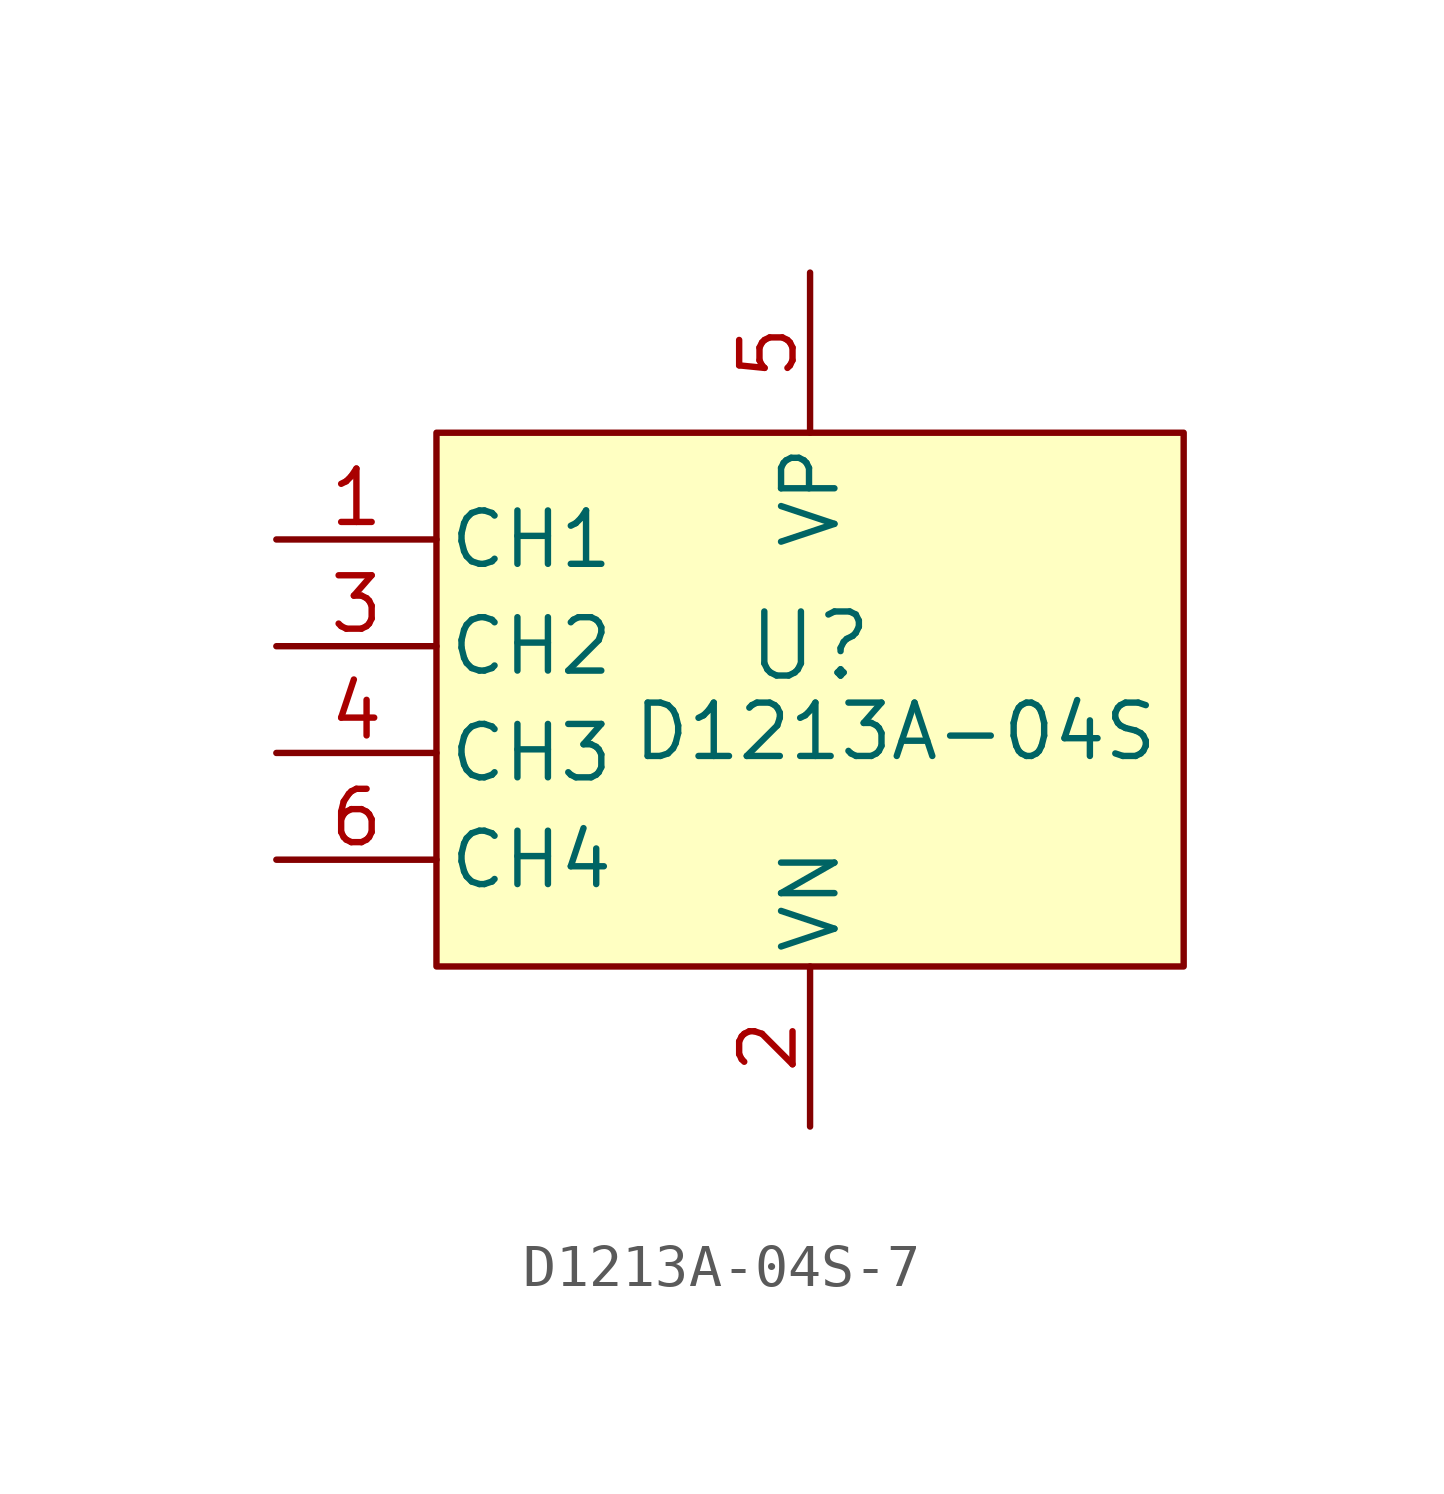
<source format=kicad_sym>
(kicad_symbol_lib
  (version 20231120)
  (generator "kicad_symbol_editor")
  (generator_version "8.0")
  (symbol "D1213A-04S-7"
    (pin_names
      (offset 0.254))
    (property "Reference" "U"
      (at 0 1.27 0)
      (effects (font (size 1.524 1.524))))
    (property "Value" "D1213A-04S"
      (at 2.032 -0.762 0)
      (effects (font (size 1.27 1.27))))
    (property "ki_locked" ""
      (at 0 0 0)
      (effects (font (size 1.27 1.27))))
    (symbol "D1213A-04S-7_0_1"
      (pin power_in line (at 0 -10.16 90) (length 3.81) (name "VN" (effects (font (size 1.27 1.27)))) (number "2" (effects (font (size 1.27 1.27)))))
      (pin passive line (at -12.7 1.27 0) (length 3.81) (name "CH2" (effects (font (size 1.27 1.27)))) (number "3" (effects (font (size 1.27 1.27)))))
      (pin passive line (at -12.7 -1.27 0) (length 3.81) (name "CH3" (effects (font (size 1.27 1.27)))) (number "4" (effects (font (size 1.27 1.27)))))
      (pin power_in line (at 0 10.16 270) (length 3.81) (name "VP" (effects (font (size 1.27 1.27)))) (number "5" (effects (font (size 1.27 1.27)))))
      (pin passive line (at -12.7 -3.81 0) (length 3.81) (name "CH4" (effects (font (size 1.27 1.27)))) (number "6" (effects (font (size 1.27 1.27))))))
    (symbol "D1213A-04S-7_1_1"
      (rectangle (start -8.89 6.35) (end 8.89 -6.35) (stroke (width 0) (type default)) (fill (type background)))
      (pin passive line (at -12.7 3.81 0) (length 3.81) (name "CH1" (effects (font (size 1.27 1.27)))) (number "1" (effects (font (size 1.27 1.27))))))))
</source>
